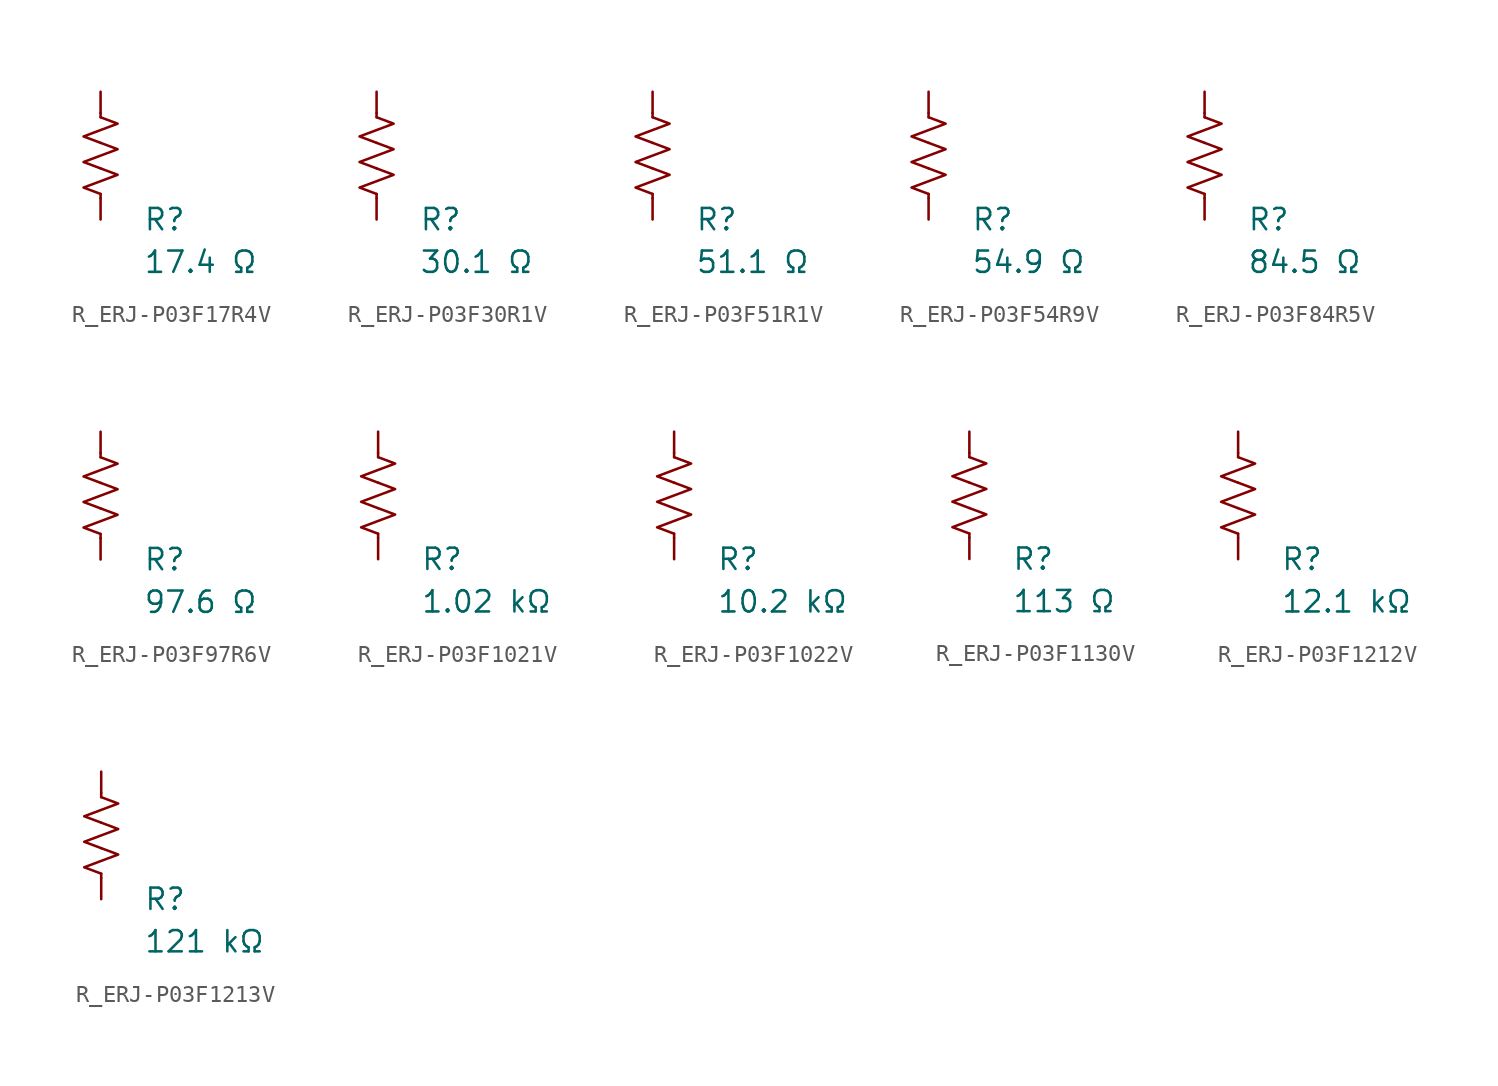
<source format=kicad_sym>
(kicad_symbol_lib
  (version 20231120)
  (generator "kicad_symbol_editor")
  (generator_version "8.0")
  (symbol "R_ERJ-P03F17R4V"
    (pin_numbers hide)
    (pin_names
      (offset 0))
    (property "Reference" "R"
      (at 2.54 -3.81 0)
      (effects (font (size 1.27 1.27)) (justify left))
      (show_name no))
    (property "Value" "17.4 Ω"
      (at 2.54 -6.35 0)
      (effects (font (size 1.27 1.27)) (justify left))
      (show_name no))
    (symbol "R_ERJ-P03F17R4V_0_1"
      (polyline (pts (xy 0 -2.286) (xy 0 -2.54)) (stroke (width 0) (type default)) (fill (type none)))
      (polyline (pts (xy 0 2.286) (xy 0 2.54)) (stroke (width 0) (type default)) (fill (type none)))
      (polyline (pts (xy 0 -0.762) (xy 1.016 -1.143) (xy 0 -1.524) (xy -1.016 -1.905) (xy 0 -2.286)) (stroke (width 0) (type default)) (fill (type none)))
      (polyline (pts (xy 0 0.762) (xy 1.016 0.381) (xy 0 0) (xy -1.016 -0.381) (xy 0 -0.762)) (stroke (width 0) (type default)) (fill (type none)))
      (polyline (pts (xy 0 2.286) (xy 1.016 1.905) (xy 0 1.524) (xy -1.016 1.143) (xy 0 0.762)) (stroke (width 0) (type default)) (fill (type none))))
    (symbol "R_ERJ-P03F17R4V_1_1"
      (pin passive line (at 0 3.81 270) (length 1.27) (name "~" (effects (font (size 1.27 1.27)))) (number "1" (effects (font (size 1.27 1.27)))))
      (pin passive line (at 0 -3.81 90) (length 1.27) (name "~" (effects (font (size 1.27 1.27)))) (number "2" (effects (font (size 1.27 1.27)))))))
  (symbol "R_ERJ-P03F30R1V"
    (pin_numbers hide)
    (pin_names
      (offset 0))
    (property "Reference" "R"
      (at 2.54 -3.81 0)
      (effects (font (size 1.27 1.27)) (justify left))
      (show_name no))
    (property "Value" "30.1 Ω"
      (at 2.54 -6.35 0)
      (effects (font (size 1.27 1.27)) (justify left))
      (show_name no))
    (symbol "R_ERJ-P03F30R1V_0_1"
      (polyline (pts (xy 0 -2.286) (xy 0 -2.54)) (stroke (width 0) (type default)) (fill (type none)))
      (polyline (pts (xy 0 2.286) (xy 0 2.54)) (stroke (width 0) (type default)) (fill (type none)))
      (polyline (pts (xy 0 -0.762) (xy 1.016 -1.143) (xy 0 -1.524) (xy -1.016 -1.905) (xy 0 -2.286)) (stroke (width 0) (type default)) (fill (type none)))
      (polyline (pts (xy 0 0.762) (xy 1.016 0.381) (xy 0 0) (xy -1.016 -0.381) (xy 0 -0.762)) (stroke (width 0) (type default)) (fill (type none)))
      (polyline (pts (xy 0 2.286) (xy 1.016 1.905) (xy 0 1.524) (xy -1.016 1.143) (xy 0 0.762)) (stroke (width 0) (type default)) (fill (type none))))
    (symbol "R_ERJ-P03F30R1V_1_1"
      (pin passive line (at 0 3.81 270) (length 1.27) (name "~" (effects (font (size 1.27 1.27)))) (number "1" (effects (font (size 1.27 1.27)))))
      (pin passive line (at 0 -3.81 90) (length 1.27) (name "~" (effects (font (size 1.27 1.27)))) (number "2" (effects (font (size 1.27 1.27)))))))
  (symbol "R_ERJ-P03F51R1V"
    (pin_numbers hide)
    (pin_names
      (offset 0))
    (property "Reference" "R"
      (at 2.54 -3.81 0)
      (effects (font (size 1.27 1.27)) (justify left))
      (show_name no))
    (property "Value" "51.1 Ω"
      (at 2.54 -6.35 0)
      (effects (font (size 1.27 1.27)) (justify left))
      (show_name no))
    (symbol "R_ERJ-P03F51R1V_0_1"
      (polyline (pts (xy 0 -2.286) (xy 0 -2.54)) (stroke (width 0) (type default)) (fill (type none)))
      (polyline (pts (xy 0 2.286) (xy 0 2.54)) (stroke (width 0) (type default)) (fill (type none)))
      (polyline (pts (xy 0 -0.762) (xy 1.016 -1.143) (xy 0 -1.524) (xy -1.016 -1.905) (xy 0 -2.286)) (stroke (width 0) (type default)) (fill (type none)))
      (polyline (pts (xy 0 0.762) (xy 1.016 0.381) (xy 0 0) (xy -1.016 -0.381) (xy 0 -0.762)) (stroke (width 0) (type default)) (fill (type none)))
      (polyline (pts (xy 0 2.286) (xy 1.016 1.905) (xy 0 1.524) (xy -1.016 1.143) (xy 0 0.762)) (stroke (width 0) (type default)) (fill (type none))))
    (symbol "R_ERJ-P03F51R1V_1_1"
      (pin passive line (at 0 3.81 270) (length 1.27) (name "~" (effects (font (size 1.27 1.27)))) (number "1" (effects (font (size 1.27 1.27)))))
      (pin passive line (at 0 -3.81 90) (length 1.27) (name "~" (effects (font (size 1.27 1.27)))) (number "2" (effects (font (size 1.27 1.27)))))))
  (symbol "R_ERJ-P03F54R9V"
    (pin_numbers hide)
    (pin_names
      (offset 0))
    (property "Reference" "R"
      (at 2.54 -3.81 0)
      (effects (font (size 1.27 1.27)) (justify left))
      (show_name no))
    (property "Value" "54.9 Ω"
      (at 2.54 -6.35 0)
      (effects (font (size 1.27 1.27)) (justify left))
      (show_name no))
    (symbol "R_ERJ-P03F54R9V_0_1"
      (polyline (pts (xy 0 -2.286) (xy 0 -2.54)) (stroke (width 0) (type default)) (fill (type none)))
      (polyline (pts (xy 0 2.286) (xy 0 2.54)) (stroke (width 0) (type default)) (fill (type none)))
      (polyline (pts (xy 0 -0.762) (xy 1.016 -1.143) (xy 0 -1.524) (xy -1.016 -1.905) (xy 0 -2.286)) (stroke (width 0) (type default)) (fill (type none)))
      (polyline (pts (xy 0 0.762) (xy 1.016 0.381) (xy 0 0) (xy -1.016 -0.381) (xy 0 -0.762)) (stroke (width 0) (type default)) (fill (type none)))
      (polyline (pts (xy 0 2.286) (xy 1.016 1.905) (xy 0 1.524) (xy -1.016 1.143) (xy 0 0.762)) (stroke (width 0) (type default)) (fill (type none))))
    (symbol "R_ERJ-P03F54R9V_1_1"
      (pin passive line (at 0 3.81 270) (length 1.27) (name "~" (effects (font (size 1.27 1.27)))) (number "1" (effects (font (size 1.27 1.27)))))
      (pin passive line (at 0 -3.81 90) (length 1.27) (name "~" (effects (font (size 1.27 1.27)))) (number "2" (effects (font (size 1.27 1.27)))))))
  (symbol "R_ERJ-P03F84R5V"
    (pin_numbers hide)
    (pin_names
      (offset 0))
    (property "Reference" "R"
      (at 2.54 -3.81 0)
      (effects (font (size 1.27 1.27)) (justify left))
      (show_name no))
    (property "Value" "84.5 Ω"
      (at 2.54 -6.35 0)
      (effects (font (size 1.27 1.27)) (justify left))
      (show_name no))
    (symbol "R_ERJ-P03F84R5V_0_1"
      (polyline (pts (xy 0 -2.286) (xy 0 -2.54)) (stroke (width 0) (type default)) (fill (type none)))
      (polyline (pts (xy 0 2.286) (xy 0 2.54)) (stroke (width 0) (type default)) (fill (type none)))
      (polyline (pts (xy 0 -0.762) (xy 1.016 -1.143) (xy 0 -1.524) (xy -1.016 -1.905) (xy 0 -2.286)) (stroke (width 0) (type default)) (fill (type none)))
      (polyline (pts (xy 0 0.762) (xy 1.016 0.381) (xy 0 0) (xy -1.016 -0.381) (xy 0 -0.762)) (stroke (width 0) (type default)) (fill (type none)))
      (polyline (pts (xy 0 2.286) (xy 1.016 1.905) (xy 0 1.524) (xy -1.016 1.143) (xy 0 0.762)) (stroke (width 0) (type default)) (fill (type none))))
    (symbol "R_ERJ-P03F84R5V_1_1"
      (pin passive line (at 0 3.81 270) (length 1.27) (name "~" (effects (font (size 1.27 1.27)))) (number "1" (effects (font (size 1.27 1.27)))))
      (pin passive line (at 0 -3.81 90) (length 1.27) (name "~" (effects (font (size 1.27 1.27)))) (number "2" (effects (font (size 1.27 1.27)))))))
  (symbol "R_ERJ-P03F97R6V"
    (pin_numbers hide)
    (pin_names
      (offset 0))
    (property "Reference" "R"
      (at 2.54 -3.81 0)
      (effects (font (size 1.27 1.27)) (justify left))
      (show_name no))
    (property "Value" "97.6 Ω"
      (at 2.54 -6.35 0)
      (effects (font (size 1.27 1.27)) (justify left))
      (show_name no))
    (symbol "R_ERJ-P03F97R6V_0_1"
      (polyline (pts (xy 0 -2.286) (xy 0 -2.54)) (stroke (width 0) (type default)) (fill (type none)))
      (polyline (pts (xy 0 2.286) (xy 0 2.54)) (stroke (width 0) (type default)) (fill (type none)))
      (polyline (pts (xy 0 -0.762) (xy 1.016 -1.143) (xy 0 -1.524) (xy -1.016 -1.905) (xy 0 -2.286)) (stroke (width 0) (type default)) (fill (type none)))
      (polyline (pts (xy 0 0.762) (xy 1.016 0.381) (xy 0 0) (xy -1.016 -0.381) (xy 0 -0.762)) (stroke (width 0) (type default)) (fill (type none)))
      (polyline (pts (xy 0 2.286) (xy 1.016 1.905) (xy 0 1.524) (xy -1.016 1.143) (xy 0 0.762)) (stroke (width 0) (type default)) (fill (type none))))
    (symbol "R_ERJ-P03F97R6V_1_1"
      (pin passive line (at 0 3.81 270) (length 1.27) (name "~" (effects (font (size 1.27 1.27)))) (number "1" (effects (font (size 1.27 1.27)))))
      (pin passive line (at 0 -3.81 90) (length 1.27) (name "~" (effects (font (size 1.27 1.27)))) (number "2" (effects (font (size 1.27 1.27)))))))
  (symbol "R_ERJ-P03F1021V"
    (pin_numbers hide)
    (pin_names
      (offset 0))
    (property "Reference" "R"
      (at 2.54 -3.81 0)
      (effects (font (size 1.27 1.27)) (justify left))
      (show_name no))
    (property "Value" "1.02 kΩ"
      (at 2.54 -6.35 0)
      (effects (font (size 1.27 1.27)) (justify left))
      (show_name no))
    (symbol "R_ERJ-P03F1021V_0_1"
      (polyline (pts (xy 0 -2.286) (xy 0 -2.54)) (stroke (width 0) (type default)) (fill (type none)))
      (polyline (pts (xy 0 2.286) (xy 0 2.54)) (stroke (width 0) (type default)) (fill (type none)))
      (polyline (pts (xy 0 -0.762) (xy 1.016 -1.143) (xy 0 -1.524) (xy -1.016 -1.905) (xy 0 -2.286)) (stroke (width 0) (type default)) (fill (type none)))
      (polyline (pts (xy 0 0.762) (xy 1.016 0.381) (xy 0 0) (xy -1.016 -0.381) (xy 0 -0.762)) (stroke (width 0) (type default)) (fill (type none)))
      (polyline (pts (xy 0 2.286) (xy 1.016 1.905) (xy 0 1.524) (xy -1.016 1.143) (xy 0 0.762)) (stroke (width 0) (type default)) (fill (type none))))
    (symbol "R_ERJ-P03F1021V_1_1"
      (pin passive line (at 0 3.81 270) (length 1.27) (name "~" (effects (font (size 1.27 1.27)))) (number "1" (effects (font (size 1.27 1.27)))))
      (pin passive line (at 0 -3.81 90) (length 1.27) (name "~" (effects (font (size 1.27 1.27)))) (number "2" (effects (font (size 1.27 1.27)))))))
  (symbol "R_ERJ-P03F1022V"
    (pin_numbers hide)
    (pin_names
      (offset 0))
    (property "Reference" "R"
      (at 2.54 -3.81 0)
      (effects (font (size 1.27 1.27)) (justify left))
      (show_name no))
    (property "Value" "10.2 kΩ"
      (at 2.54 -6.35 0)
      (effects (font (size 1.27 1.27)) (justify left))
      (show_name no))
    (symbol "R_ERJ-P03F1022V_0_1"
      (polyline (pts (xy 0 -2.286) (xy 0 -2.54)) (stroke (width 0) (type default)) (fill (type none)))
      (polyline (pts (xy 0 2.286) (xy 0 2.54)) (stroke (width 0) (type default)) (fill (type none)))
      (polyline (pts (xy 0 -0.762) (xy 1.016 -1.143) (xy 0 -1.524) (xy -1.016 -1.905) (xy 0 -2.286)) (stroke (width 0) (type default)) (fill (type none)))
      (polyline (pts (xy 0 0.762) (xy 1.016 0.381) (xy 0 0) (xy -1.016 -0.381) (xy 0 -0.762)) (stroke (width 0) (type default)) (fill (type none)))
      (polyline (pts (xy 0 2.286) (xy 1.016 1.905) (xy 0 1.524) (xy -1.016 1.143) (xy 0 0.762)) (stroke (width 0) (type default)) (fill (type none))))
    (symbol "R_ERJ-P03F1022V_1_1"
      (pin passive line (at 0 3.81 270) (length 1.27) (name "~" (effects (font (size 1.27 1.27)))) (number "1" (effects (font (size 1.27 1.27)))))
      (pin passive line (at 0 -3.81 90) (length 1.27) (name "~" (effects (font (size 1.27 1.27)))) (number "2" (effects (font (size 1.27 1.27)))))))
  (symbol "R_ERJ-P03F1130V"
    (pin_numbers hide)
    (pin_names
      (offset 0))
    (property "Reference" "R"
      (at 2.54 -3.81 0)
      (effects (font (size 1.27 1.27)) (justify left))
      (show_name no))
    (property "Value" "113 Ω"
      (at 2.54 -6.35 0)
      (effects (font (size 1.27 1.27)) (justify left))
      (show_name no))
    (symbol "R_ERJ-P03F1130V_0_1"
      (polyline (pts (xy 0 -2.286) (xy 0 -2.54)) (stroke (width 0) (type default)) (fill (type none)))
      (polyline (pts (xy 0 2.286) (xy 0 2.54)) (stroke (width 0) (type default)) (fill (type none)))
      (polyline (pts (xy 0 -0.762) (xy 1.016 -1.143) (xy 0 -1.524) (xy -1.016 -1.905) (xy 0 -2.286)) (stroke (width 0) (type default)) (fill (type none)))
      (polyline (pts (xy 0 0.762) (xy 1.016 0.381) (xy 0 0) (xy -1.016 -0.381) (xy 0 -0.762)) (stroke (width 0) (type default)) (fill (type none)))
      (polyline (pts (xy 0 2.286) (xy 1.016 1.905) (xy 0 1.524) (xy -1.016 1.143) (xy 0 0.762)) (stroke (width 0) (type default)) (fill (type none))))
    (symbol "R_ERJ-P03F1130V_1_1"
      (pin passive line (at 0 3.81 270) (length 1.27) (name "~" (effects (font (size 1.27 1.27)))) (number "1" (effects (font (size 1.27 1.27)))))
      (pin passive line (at 0 -3.81 90) (length 1.27) (name "~" (effects (font (size 1.27 1.27)))) (number "2" (effects (font (size 1.27 1.27)))))))
  (symbol "R_ERJ-P03F1212V"
    (pin_numbers hide)
    (pin_names
      (offset 0))
    (property "Reference" "R"
      (at 2.54 -3.81 0)
      (effects (font (size 1.27 1.27)) (justify left))
      (show_name no))
    (property "Value" "12.1 kΩ"
      (at 2.54 -6.35 0)
      (effects (font (size 1.27 1.27)) (justify left))
      (show_name no))
    (symbol "R_ERJ-P03F1212V_0_1"
      (polyline (pts (xy 0 -2.286) (xy 0 -2.54)) (stroke (width 0) (type default)) (fill (type none)))
      (polyline (pts (xy 0 2.286) (xy 0 2.54)) (stroke (width 0) (type default)) (fill (type none)))
      (polyline (pts (xy 0 -0.762) (xy 1.016 -1.143) (xy 0 -1.524) (xy -1.016 -1.905) (xy 0 -2.286)) (stroke (width 0) (type default)) (fill (type none)))
      (polyline (pts (xy 0 0.762) (xy 1.016 0.381) (xy 0 0) (xy -1.016 -0.381) (xy 0 -0.762)) (stroke (width 0) (type default)) (fill (type none)))
      (polyline (pts (xy 0 2.286) (xy 1.016 1.905) (xy 0 1.524) (xy -1.016 1.143) (xy 0 0.762)) (stroke (width 0) (type default)) (fill (type none))))
    (symbol "R_ERJ-P03F1212V_1_1"
      (pin passive line (at 0 3.81 270) (length 1.27) (name "~" (effects (font (size 1.27 1.27)))) (number "1" (effects (font (size 1.27 1.27)))))
      (pin passive line (at 0 -3.81 90) (length 1.27) (name "~" (effects (font (size 1.27 1.27)))) (number "2" (effects (font (size 1.27 1.27)))))))
  (symbol "R_ERJ-P03F1213V"
    (pin_numbers hide)
    (pin_names
      (offset 0))
    (property "Reference" "R"
      (at 2.54 -3.81 0)
      (effects (font (size 1.27 1.27)) (justify left))
      (show_name no))
    (property "Value" "121 kΩ"
      (at 2.54 -6.35 0)
      (effects (font (size 1.27 1.27)) (justify left))
      (show_name no))
    (symbol "R_ERJ-P03F1213V_0_1"
      (polyline (pts (xy 0 -2.286) (xy 0 -2.54)) (stroke (width 0) (type default)) (fill (type none)))
      (polyline (pts (xy 0 2.286) (xy 0 2.54)) (stroke (width 0) (type default)) (fill (type none)))
      (polyline (pts (xy 0 -0.762) (xy 1.016 -1.143) (xy 0 -1.524) (xy -1.016 -1.905) (xy 0 -2.286)) (stroke (width 0) (type default)) (fill (type none)))
      (polyline (pts (xy 0 0.762) (xy 1.016 0.381) (xy 0 0) (xy -1.016 -0.381) (xy 0 -0.762)) (stroke (width 0) (type default)) (fill (type none)))
      (polyline (pts (xy 0 2.286) (xy 1.016 1.905) (xy 0 1.524) (xy -1.016 1.143) (xy 0 0.762)) (stroke (width 0) (type default)) (fill (type none))))
    (symbol "R_ERJ-P03F1213V_1_1"
      (pin passive line (at 0 3.81 270) (length 1.27) (name "~" (effects (font (size 1.27 1.27)))) (number "1" (effects (font (size 1.27 1.27)))))
      (pin passive line (at 0 -3.81 90) (length 1.27) (name "~" (effects (font (size 1.27 1.27)))) (number "2" (effects (font (size 1.27 1.27))))))))
</source>
